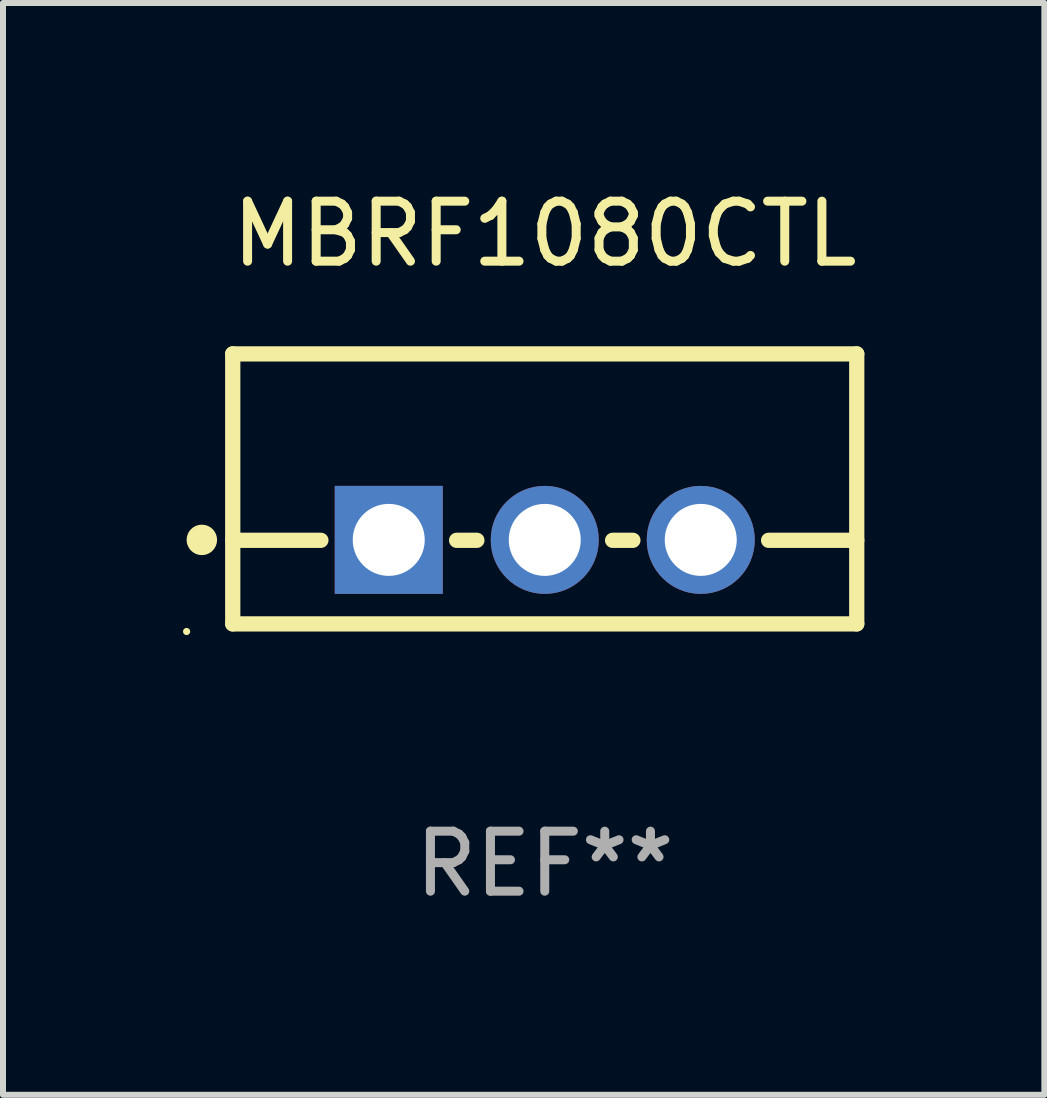
<source format=kicad_pcb>
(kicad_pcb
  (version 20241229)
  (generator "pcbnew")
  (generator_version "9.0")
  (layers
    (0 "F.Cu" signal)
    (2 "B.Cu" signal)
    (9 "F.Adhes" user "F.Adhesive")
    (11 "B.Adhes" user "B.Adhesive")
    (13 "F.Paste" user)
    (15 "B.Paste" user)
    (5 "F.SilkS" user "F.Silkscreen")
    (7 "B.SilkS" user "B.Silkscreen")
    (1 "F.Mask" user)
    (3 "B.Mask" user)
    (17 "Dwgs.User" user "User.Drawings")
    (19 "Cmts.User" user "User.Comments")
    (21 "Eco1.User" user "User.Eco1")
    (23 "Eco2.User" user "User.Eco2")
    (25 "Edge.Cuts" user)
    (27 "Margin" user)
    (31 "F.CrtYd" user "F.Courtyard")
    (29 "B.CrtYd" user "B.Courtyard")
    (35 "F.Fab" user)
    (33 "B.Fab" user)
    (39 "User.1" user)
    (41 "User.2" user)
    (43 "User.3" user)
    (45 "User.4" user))
  (footprint "MBRF1080CTL"
    (layer "F.Cu")
    (at 6.029 5.098)
    (property "Reference" "MBRF1080CTL" (at 0 -4.25 0) (layer "F.SilkS") (effects (font (size 1 1) (thickness 0.15))))
    (attr through_hole)
    (fp_line (start -5.2 -2.25) (end -5.2 2.25) (stroke (width 0.254) (type solid)) (layer "F.SilkS"))
    (fp_line (start -5.2 -2.25) (end 5.2 -2.25) (stroke (width 0.254) (type solid)) (layer "F.SilkS"))
    (fp_line (start -5.2 0.857) (end -3.731 0.857) (stroke (width 0.254) (type solid)) (layer "F.SilkS"))
    (fp_line (start -5.2 2.25) (end 5.2 2.25) (stroke (width 0.254) (type solid)) (layer "F.SilkS"))
    (fp_line (start -1.469 0.857) (end -1.131 0.857) (stroke (width 0.254) (type solid)) (layer "F.SilkS"))
    (fp_line (start 1.131 0.857) (end 1.469 0.857) (stroke (width 0.254) (type solid)) (layer "F.SilkS"))
    (fp_line (start 3.731 0.857) (end 5.2 0.857) (stroke (width 0.254) (type solid)) (layer "F.SilkS"))
    (fp_line (start 5.2 -2.25) (end 5.2 2.25) (stroke (width 0.254) (type solid)) (layer "F.SilkS"))
    (fp_circle (center -5.969 2.377) (end -5.939 2.377) (stroke (width 0.06) (type solid)) (fill no) (layer "F.SilkS"))
    (fp_circle (center -5.715 0.85) (end -5.588 0.85) (stroke (width 0.254) (type solid)) (fill no) (layer "F.SilkS"))
    (fp_text user "REF**" (at 0 6.25 0) (layer "F.Fab") (effects (font (size 1 1) (thickness 0.15))))
    (pad "1" thru_hole rect (at -2.6 0.85) (size 1.8 1.8) (drill 1.2) (layers "*.Cu" "*.Mask"))
    (pad "2" thru_hole circle (at 0 0.85) (size 1.8 1.8) (drill 1.2) (layers "*.Cu" "*.Mask"))
    (pad "3" thru_hole circle (at 2.6 0.85) (size 1.8 1.8) (drill 1.2) (layers "*.Cu" "*.Mask")))
  (gr_rect
    (start -3 -3)
    (end 14.356 15.197)
    (stroke (width 0.1) (type default))
    (fill no)
    (layer "Edge.Cuts")))
</source>
